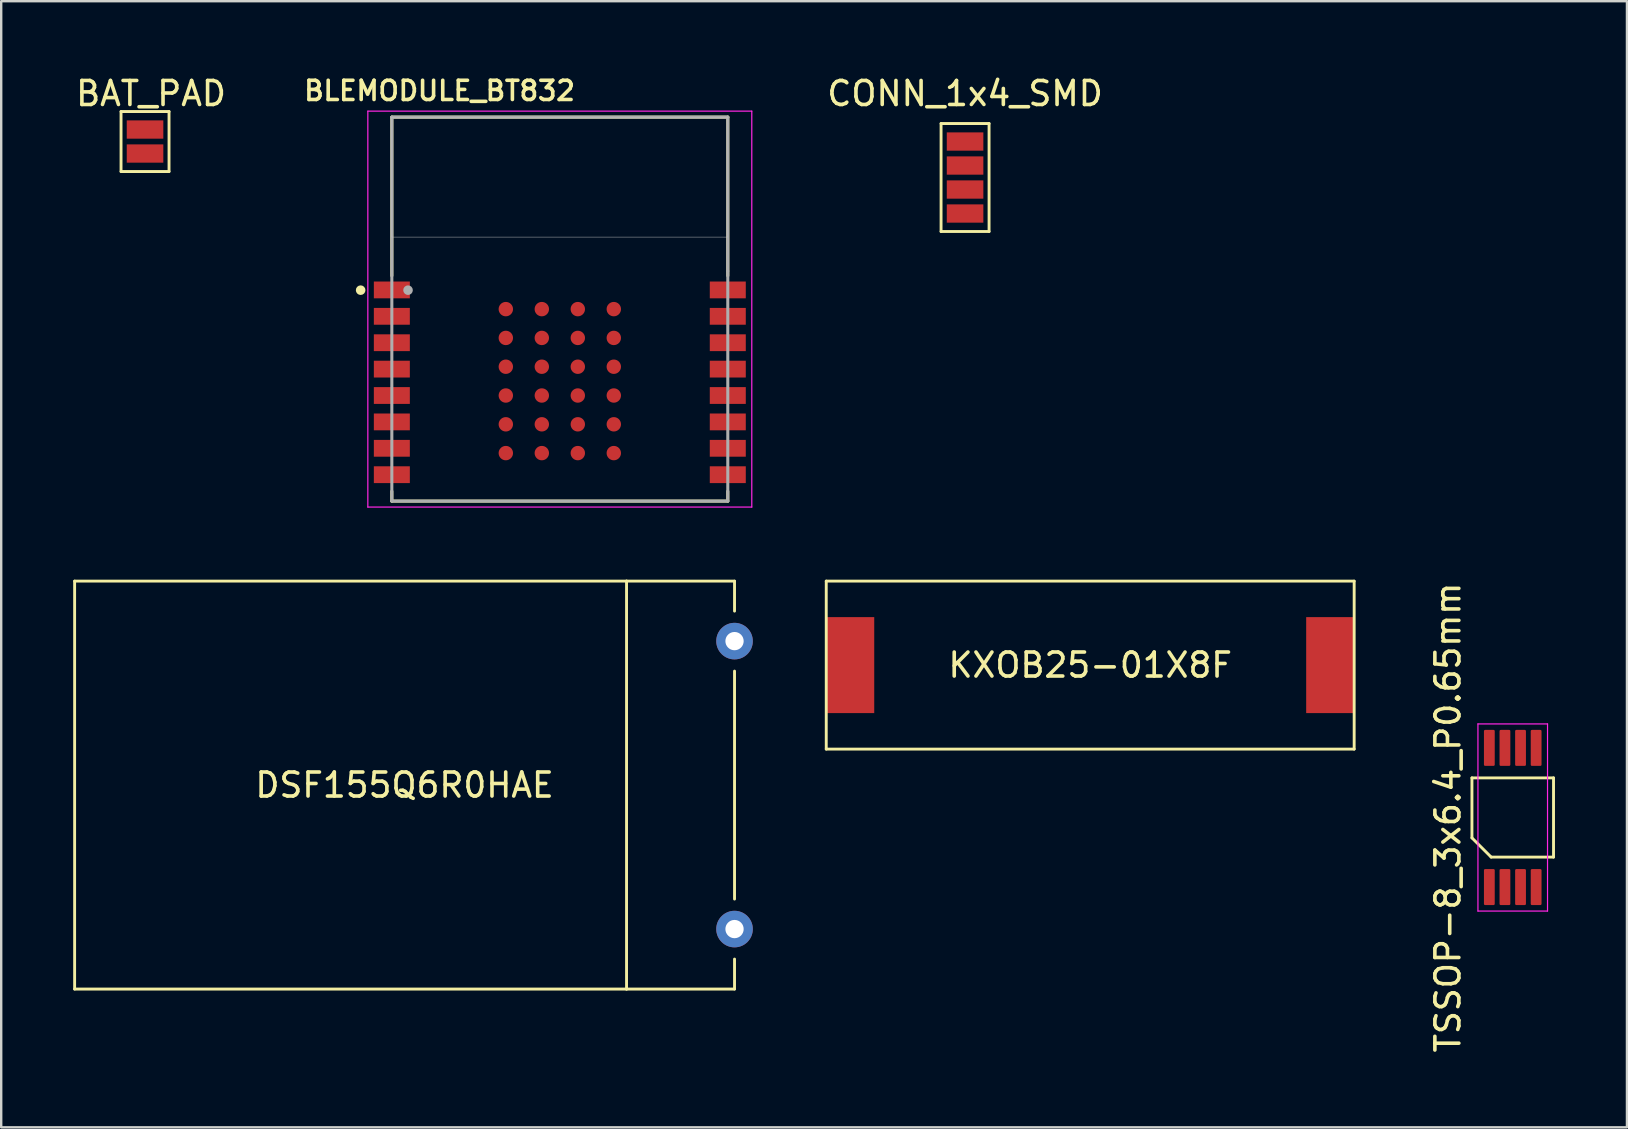
<source format=kicad_pcb>
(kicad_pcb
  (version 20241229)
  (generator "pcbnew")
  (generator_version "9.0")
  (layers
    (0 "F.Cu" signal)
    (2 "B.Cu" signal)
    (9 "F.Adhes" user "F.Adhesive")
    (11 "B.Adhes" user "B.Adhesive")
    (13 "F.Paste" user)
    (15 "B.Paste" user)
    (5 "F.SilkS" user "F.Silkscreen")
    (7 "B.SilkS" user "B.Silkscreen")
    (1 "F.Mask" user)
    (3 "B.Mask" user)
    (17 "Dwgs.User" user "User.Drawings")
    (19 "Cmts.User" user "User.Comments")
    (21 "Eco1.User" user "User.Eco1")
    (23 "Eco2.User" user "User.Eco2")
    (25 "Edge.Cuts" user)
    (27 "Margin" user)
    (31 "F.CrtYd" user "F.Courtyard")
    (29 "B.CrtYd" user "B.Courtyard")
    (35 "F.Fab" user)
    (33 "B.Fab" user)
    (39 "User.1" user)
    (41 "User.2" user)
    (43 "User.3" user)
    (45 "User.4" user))
  (footprint "TSSOP-8_3x6.4_P0.65mm"
    (layer "F.Cu")
    (at 59.99 31.017)
    (property "Reference" "TSSOP-8_3x6.4_P0.65mm" (at -2.7 0 90) (layer "F.SilkS") (effects (font (size 1 1) (thickness 0.15))))
    (attr smd)
    (fp_line (start -1.7 -1.65) (end 1.7 -1.65) (stroke (width 0.12) (type solid)) (layer "F.SilkS"))
    (fp_line (start -1.7 0.85) (end -1.7 -1.65) (stroke (width 0.12) (type solid)) (layer "F.SilkS"))
    (fp_line (start -0.9 1.65) (end -1.7 0.85) (stroke (width 0.12) (type solid)) (layer "F.SilkS"))
    (fp_line (start 1.7 -1.65) (end 1.7 1.65) (stroke (width 0.12) (type solid)) (layer "F.SilkS"))
    (fp_line (start 1.7 1.65) (end -0.9 1.65) (stroke (width 0.12) (type solid)) (layer "F.SilkS"))
    (fp_line (start -1.45 -3.9) (end 1.45 -3.9) (stroke (width 0.05) (type solid)) (layer "F.CrtYd"))
    (fp_line (start -1.45 3.9) (end -1.45 -3.9) (stroke (width 0.05) (type solid)) (layer "F.CrtYd"))
    (fp_line (start 1.45 -3.9) (end 1.45 3.9) (stroke (width 0.05) (type solid)) (layer "F.CrtYd"))
    (fp_line (start 1.45 3.9) (end -1.45 3.9) (stroke (width 0.05) (type solid)) (layer "F.CrtYd"))
    (pad "1" smd roundrect (at -0.975 2.9) (size 0.45 1.5) (layers "F.Cu" "F.Mask" "F.Paste") (roundrect_rratio 0.111))
    (pad "2" smd roundrect (at -0.325 2.9) (size 0.45 1.5) (layers "F.Cu" "F.Mask" "F.Paste") (roundrect_rratio 0.111))
    (pad "3" smd roundrect (at 0.325 2.9) (size 0.45 1.5) (layers "F.Cu" "F.Mask" "F.Paste") (roundrect_rratio 0.111))
    (pad "4" smd roundrect (at 0.975 2.9) (size 0.45 1.5) (layers "F.Cu" "F.Mask" "F.Paste") (roundrect_rratio 0.111))
    (pad "5" smd roundrect (at 0.975 -2.9) (size 0.45 1.5) (layers "F.Cu" "F.Mask" "F.Paste") (roundrect_rratio 0.111))
    (pad "6" smd roundrect (at 0.325 -2.9) (size 0.45 1.5) (layers "F.Cu" "F.Mask" "F.Paste") (roundrect_rratio 0.111))
    (pad "7" smd roundrect (at -0.325 -2.9) (size 0.45 1.5) (layers "F.Cu" "F.Mask" "F.Paste") (roundrect_rratio 0.111))
    (pad "8" smd roundrect (at -0.975 -2.9) (size 0.45 1.5) (layers "F.Cu" "F.Mask" "F.Paste") (roundrect_rratio 0.111)))
  (footprint "BAT_PAD"
    (layer "F.Cu")
    (at 3.244 0.348)
    (property "Reference" "BAT_PAD" (at 0 0.5 0) (layer "F.SilkS") (effects (font (size 1 1) (thickness 0.15))))
    (attr through_hole)
    (fp_line (start -1.25 1.25) (end 0.75 1.25) (stroke (width 0.12) (type solid)) (layer "F.SilkS"))
    (fp_line (start -1.25 3.75) (end -1.25 1.25) (stroke (width 0.12) (type solid)) (layer "F.SilkS"))
    (fp_line (start 0.75 1.25) (end 0.75 3.75) (stroke (width 0.12) (type solid)) (layer "F.SilkS"))
    (fp_line (start 0.75 3.75) (end -1.25 3.75) (stroke (width 0.12) (type solid)) (layer "F.SilkS"))
    (pad "1" smd rect (at -0.25 2) (size 1.524 0.762) (layers "F.Cu" "F.Mask" "F.Paste"))
    (pad "2" smd rect (at -0.25 3) (size 1.524 0.762) (layers "F.Cu" "F.Mask" "F.Paste")))
  (footprint "DSF155Q6R0HAE"
    (layer "F.Cu")
    (at 13.81 29.667)
    (property "Reference" "DSF155Q6R0HAE" (at 0 0 0) (layer "F.SilkS") (effects (font (size 1 1) (thickness 0.15))))
    (attr through_hole)
    (fp_line (start -13.75 -8.5) (end -13.75 8.5) (stroke (width 0.12) (type solid)) (layer "F.SilkS"))
    (fp_line (start -13.75 8.5) (end 9.25 8.5) (stroke (width 0.12) (type solid)) (layer "F.SilkS"))
    (fp_line (start 9.25 -8.5) (end -13.75 -8.5) (stroke (width 0.12) (type solid)) (layer "F.SilkS"))
    (fp_line (start 9.25 -8.5) (end 13.75 -8.5) (stroke (width 0.12) (type solid)) (layer "F.SilkS"))
    (fp_line (start 9.25 8.5) (end 9.25 -8.5) (stroke (width 0.12) (type solid)) (layer "F.SilkS"))
    (fp_line (start 13.75 -8.5) (end 13.75 -7.25) (stroke (width 0.12) (type solid)) (layer "F.SilkS"))
    (fp_line (start 13.75 -4.75) (end 13.75 4.75) (stroke (width 0.12) (type solid)) (layer "F.SilkS"))
    (fp_line (start 13.75 8.5) (end 9.25 8.5) (stroke (width 0.12) (type solid)) (layer "F.SilkS"))
    (fp_line (start 13.75 8.5) (end 13.75 7.25) (stroke (width 0.12) (type solid)) (layer "F.SilkS"))
    (pad "1" thru_hole circle (at 13.75 -6) (size 1.524 1.524) (drill 0.762) (layers "*.Cu" "*.Mask"))
    (pad "2" thru_hole circle (at 13.75 6) (size 1.524 1.524) (drill 0.762) (layers "*.Cu" "*.Mask")))
  (footprint "CONN_1x4_SMD"
    (layer "F.Cu")
    (at 37.167 0.848)
    (property "Reference" "CONN_1x4_SMD" (at 0 0 0) (layer "F.SilkS") (effects (font (size 1 1) (thickness 0.15))))
    (attr through_hole)
    (fp_line (start -1 1.25) (end 1 1.25) (stroke (width 0.12) (type solid)) (layer "F.SilkS"))
    (fp_line (start -1 5.75) (end -1 1.25) (stroke (width 0.12) (type solid)) (layer "F.SilkS"))
    (fp_line (start 1 1.25) (end 1 5.75) (stroke (width 0.12) (type solid)) (layer "F.SilkS"))
    (fp_line (start 1 5.75) (end -1 5.75) (stroke (width 0.12) (type solid)) (layer "F.SilkS"))
    (pad "1" smd rect (at 0 2) (size 1.524 0.762) (layers "F.Cu" "F.Mask" "F.Paste"))
    (pad "2" smd rect (at 0 3) (size 1.524 0.762) (layers "F.Cu" "F.Mask" "F.Paste"))
    (pad "3" smd rect (at 0 4) (size 1.524 0.762) (layers "F.Cu" "F.Mask" "F.Paste"))
    (pad "4" smd rect (at 0 5 90) (size 0.762 1.524) (layers "F.Cu" "F.Mask" "F.Paste")))
  (footprint "BLEMODULE_BT832"
    (layer "F.Cu")
    (at 20.279 9.832)
    (property "Reference" "BLEMODULE_BT832" (at -5.012 -9.099 0) (layer "F.SilkS") (effects (font (size 0.802 0.802) (thickness 0.15))))
    (attr through_hole)
    (fp_line (start -7 -8) (end 7 -8) (stroke (width 0.127) (type solid)) (layer "F.SilkS"))
    (fp_line (start -7 -1.39) (end -7 -8) (stroke (width 0.127) (type solid)) (layer "F.SilkS"))
    (fp_line (start -7 7.59) (end -7 8) (stroke (width 0.127) (type solid)) (layer "F.SilkS"))
    (fp_line (start -7 8) (end 7 8) (stroke (width 0.127) (type solid)) (layer "F.SilkS"))
    (fp_line (start 7 -8) (end 7 -1.39) (stroke (width 0.127) (type solid)) (layer "F.SilkS"))
    (fp_line (start 7 8) (end 7 7.59) (stroke (width 0.127) (type solid)) (layer "F.SilkS"))
    (fp_circle (center -8.3 -0.79) (end -8.2 -0.79) (stroke (width 0.2) (type solid)) (fill no) (layer "F.SilkS"))
    (fp_poly (pts (xy -7.013 -8) (xy 7 -8) (xy 7 -3.005) (xy -7.013 -3.005)) (stroke (width 0.01) (type solid)) (fill no) (layer "Dwgs.User"))
    (fp_poly (pts (xy -7.002 -8) (xy 7 -8) (xy 7 -3.001) (xy -7.002 -3.001)) (stroke (width 0.01) (type solid)) (fill no) (layer "Dwgs.User"))
    (fp_line (start -8 -8.25) (end 8 -8.25) (stroke (width 0.05) (type solid)) (layer "F.CrtYd"))
    (fp_line (start -8 8.25) (end -8 -8.25) (stroke (width 0.05) (type solid)) (layer "F.CrtYd"))
    (fp_line (start 8 -8.25) (end 8 8.25) (stroke (width 0.05) (type solid)) (layer "F.CrtYd"))
    (fp_line (start 8 8.25) (end -8 8.25) (stroke (width 0.05) (type solid)) (layer "F.CrtYd"))
    (fp_line (start -7 -8) (end 7 -8) (stroke (width 0.127) (type solid)) (layer "F.Fab"))
    (fp_line (start -7 8) (end -7 -8) (stroke (width 0.127) (type solid)) (layer "F.Fab"))
    (fp_line (start 7 -8) (end 7 -1.59) (stroke (width 0.127) (type solid)) (layer "F.Fab"))
    (fp_line (start 7 -1.58) (end 7 8) (stroke (width 0.127) (type solid)) (layer "F.Fab"))
    (fp_line (start 7 8) (end -7 8) (stroke (width 0.127) (type solid)) (layer "F.Fab"))
    (fp_circle (center -6.325 -0.79) (end -6.225 -0.79) (stroke (width 0.2) (type solid)) (fill no) (layer "F.Fab"))
    (pad "1" smd rect (at -7 -0.8) (size 1.5 0.7) (layers "F.Cu" "F.Mask" "F.Paste"))
    (pad "2" smd rect (at -7 0.3) (size 1.5 0.7) (layers "F.Cu" "F.Mask" "F.Paste"))
    (pad "3" smd rect (at -7 1.4) (size 1.5 0.7) (layers "F.Cu" "F.Mask" "F.Paste"))
    (pad "4" smd rect (at -7 2.5) (size 1.5 0.7) (layers "F.Cu" "F.Mask" "F.Paste"))
    (pad "5" smd rect (at -7 3.6) (size 1.5 0.7) (layers "F.Cu" "F.Mask" "F.Paste"))
    (pad "6" smd rect (at -7 4.7) (size 1.5 0.7) (layers "F.Cu" "F.Mask" "F.Paste"))
    (pad "7" smd rect (at -7 5.8) (size 1.5 0.7) (layers "F.Cu" "F.Mask" "F.Paste"))
    (pad "8" smd rect (at -7 6.9) (size 1.5 0.7) (layers "F.Cu" "F.Mask" "F.Paste"))
    (pad "9" smd rect (at 7 6.9) (size 1.5 0.7) (layers "F.Cu" "F.Mask" "F.Paste"))
    (pad "10" smd rect (at 7 5.8) (size 1.5 0.7) (layers "F.Cu" "F.Mask" "F.Paste"))
    (pad "11" smd rect (at 7 4.7) (size 1.5 0.7) (layers "F.Cu" "F.Mask" "F.Paste"))
    (pad "12" smd rect (at 7 3.6) (size 1.5 0.7) (layers "F.Cu" "F.Mask" "F.Paste"))
    (pad "13" smd rect (at 7 2.5) (size 1.5 0.7) (layers "F.Cu" "F.Mask" "F.Paste"))
    (pad "14" smd rect (at 7 1.4) (size 1.5 0.7) (layers "F.Cu" "F.Mask" "F.Paste"))
    (pad "15" smd rect (at 7 0.3) (size 1.5 0.7) (layers "F.Cu" "F.Mask" "F.Paste"))
    (pad "16" smd rect (at 7 -0.8) (size 1.5 0.7) (layers "F.Cu" "F.Mask" "F.Paste"))
    (pad "A0" smd circle (at -2.25 0) (size 0.6 0.6) (layers "F.Cu" "F.Mask" "F.Paste"))
    (pad "A1" smd circle (at -2.25 1.2) (size 0.6 0.6) (layers "F.Cu" "F.Mask" "F.Paste"))
    (pad "A2" smd circle (at -2.25 2.4) (size 0.6 0.6) (layers "F.Cu" "F.Mask" "F.Paste"))
    (pad "A3" smd circle (at -2.25 3.6) (size 0.6 0.6) (layers "F.Cu" "F.Mask" "F.Paste"))
    (pad "A4" smd circle (at -2.25 4.8) (size 0.6 0.6) (layers "F.Cu" "F.Mask" "F.Paste"))
    (pad "A5" smd circle (at -2.25 6) (size 0.6 0.6) (layers "F.Cu" "F.Mask" "F.Paste"))
    (pad "B0" smd circle (at -0.75 0) (size 0.6 0.6) (layers "F.Cu" "F.Mask" "F.Paste"))
    (pad "B1" smd circle (at -0.75 1.2) (size 0.6 0.6) (layers "F.Cu" "F.Mask" "F.Paste"))
    (pad "B2" smd circle (at -0.75 2.4) (size 0.6 0.6) (layers "F.Cu" "F.Mask" "F.Paste"))
    (pad "B3" smd circle (at -0.75 3.6) (size 0.6 0.6) (layers "F.Cu" "F.Mask" "F.Paste"))
    (pad "B4" smd circle (at -0.75 4.8) (size 0.6 0.6) (layers "F.Cu" "F.Mask" "F.Paste"))
    (pad "B5" smd circle (at -0.75 6) (size 0.6 0.6) (layers "F.Cu" "F.Mask" "F.Paste"))
    (pad "C0" smd circle (at 0.75 0) (size 0.6 0.6) (layers "F.Cu" "F.Mask" "F.Paste"))
    (pad "C1" smd circle (at 0.75 1.2) (size 0.6 0.6) (layers "F.Cu" "F.Mask" "F.Paste"))
    (pad "C2" smd circle (at 0.75 2.4) (size 0.6 0.6) (layers "F.Cu" "F.Mask" "F.Paste"))
    (pad "C3" smd circle (at 0.75 3.6) (size 0.6 0.6) (layers "F.Cu" "F.Mask" "F.Paste"))
    (pad "C4" smd circle (at 0.75 4.8) (size 0.6 0.6) (layers "F.Cu" "F.Mask" "F.Paste"))
    (pad "C5" smd circle (at 0.75 6) (size 0.6 0.6) (layers "F.Cu" "F.Mask" "F.Paste"))
    (pad "D0" smd circle (at 2.25 0) (size 0.6 0.6) (layers "F.Cu" "F.Mask" "F.Paste"))
    (pad "D1" smd circle (at 2.25 1.2) (size 0.6 0.6) (layers "F.Cu" "F.Mask" "F.Paste"))
    (pad "D2" smd circle (at 2.25 2.4) (size 0.6 0.6) (layers "F.Cu" "F.Mask" "F.Paste"))
    (pad "D3" smd circle (at 2.25 3.6) (size 0.6 0.6) (layers "F.Cu" "F.Mask" "F.Paste"))
    (pad "D4" smd circle (at 2.25 4.8) (size 0.6 0.6) (layers "F.Cu" "F.Mask" "F.Paste"))
    (pad "D5" smd circle (at 2.25 6) (size 0.6 0.6) (layers "F.Cu" "F.Mask" "F.Paste")))
  (footprint "KXOB25-01X8F"
    (layer "F.Cu")
    (at 42.382 24.667)
    (property "Reference" "KXOB25-01X8F" (at 0 0 0) (layer "F.SilkS") (effects (font (size 1 1) (thickness 0.15))))
    (attr through_hole)
    (fp_line (start -11 -3.5) (end 11 -3.5) (stroke (width 0.12) (type solid)) (layer "F.SilkS"))
    (fp_line (start -11 3.5) (end -11 -3.5) (stroke (width 0.12) (type solid)) (layer "F.SilkS"))
    (fp_line (start 11 -3.5) (end 11 3.5) (stroke (width 0.12) (type solid)) (layer "F.SilkS"))
    (fp_line (start 11 3.5) (end -11 3.5) (stroke (width 0.12) (type solid)) (layer "F.SilkS"))
    (pad "1" smd rect (at -10 0) (size 2 4) (layers "F.Cu" "F.Mask" "F.Paste"))
    (pad "2" smd rect (at 10 0) (size 2 4) (layers "F.Cu" "F.Mask" "F.Paste")))
  (gr_rect
    (start -3 -3)
    (end 64.75 43.928)
    (stroke (width 0.1) (type default))
    (fill no)
    (layer "Edge.Cuts")))
</source>
